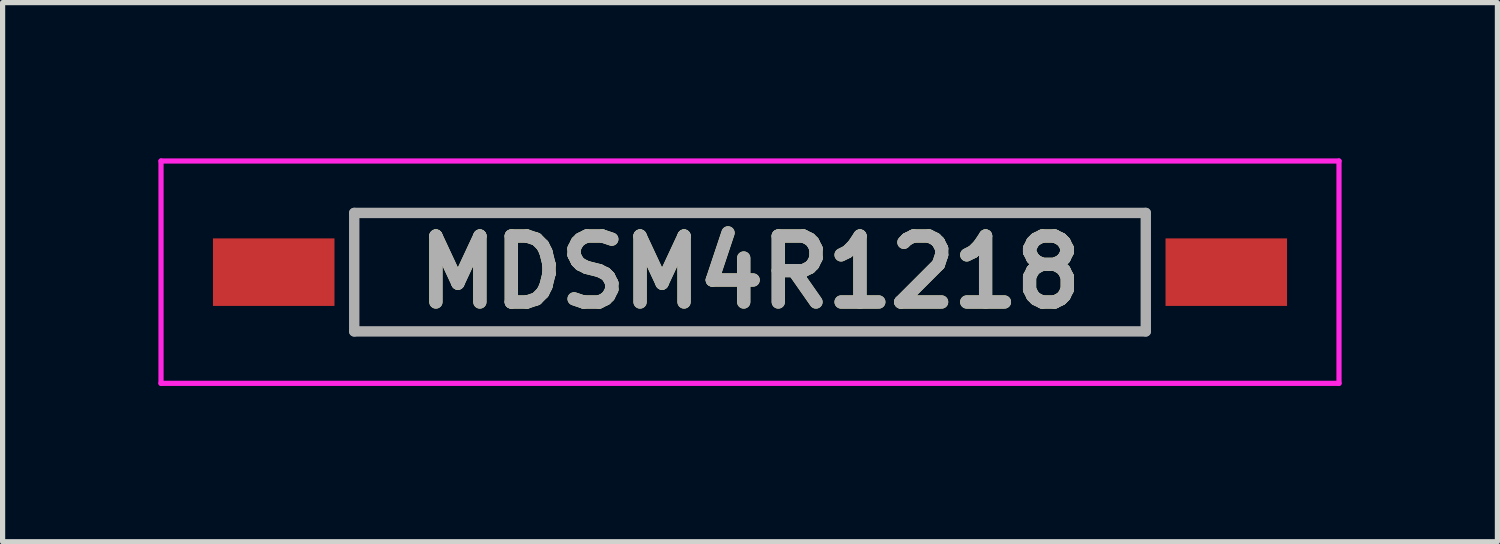
<source format=kicad_pcb>
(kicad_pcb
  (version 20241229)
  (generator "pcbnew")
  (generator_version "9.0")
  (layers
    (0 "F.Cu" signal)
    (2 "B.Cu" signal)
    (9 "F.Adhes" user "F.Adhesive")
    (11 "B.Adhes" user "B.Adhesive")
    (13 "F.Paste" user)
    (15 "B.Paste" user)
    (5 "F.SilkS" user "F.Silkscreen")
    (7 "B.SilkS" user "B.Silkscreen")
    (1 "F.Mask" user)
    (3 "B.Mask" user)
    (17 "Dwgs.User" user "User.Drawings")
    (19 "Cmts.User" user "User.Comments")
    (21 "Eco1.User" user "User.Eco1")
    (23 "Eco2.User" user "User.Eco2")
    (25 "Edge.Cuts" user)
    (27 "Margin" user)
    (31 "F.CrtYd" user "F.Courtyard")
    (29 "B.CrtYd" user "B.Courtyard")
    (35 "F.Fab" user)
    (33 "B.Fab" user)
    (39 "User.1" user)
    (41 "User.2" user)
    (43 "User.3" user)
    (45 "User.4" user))
  (footprint "MDSM4R1218"
    (layer "F.Cu")
    (at 11.39 2.19)
    (property "Reference" "MDSM4R1218" (at 0 0 0) (layer "F.SilkS") (effects (font (size 1.27 1.27) (thickness 0.254))))
    (attr smd)
    (fp_line (start -7.62 -1.14) (end 7.62 -1.14) (stroke (width 0.1) (type solid)) (layer "F.SilkS"))
    (fp_line (start -7.62 1.14) (end -7.62 -1.14) (stroke (width 0.1) (type solid)) (layer "F.SilkS"))
    (fp_line (start 7.62 -1.14) (end 7.62 1.14) (stroke (width 0.1) (type solid)) (layer "F.SilkS"))
    (fp_line (start 7.62 1.14) (end -7.62 1.14) (stroke (width 0.1) (type solid)) (layer "F.SilkS"))
    (fp_line (start -11.34 -2.14) (end 11.34 -2.14) (stroke (width 0.1) (type solid)) (layer "F.CrtYd"))
    (fp_line (start -11.34 2.14) (end -11.34 -2.14) (stroke (width 0.1) (type solid)) (layer "F.CrtYd"))
    (fp_line (start 11.34 -2.14) (end 11.34 2.14) (stroke (width 0.1) (type solid)) (layer "F.CrtYd"))
    (fp_line (start 11.34 2.14) (end -11.34 2.14) (stroke (width 0.1) (type solid)) (layer "F.CrtYd"))
    (fp_line (start -7.62 -1.14) (end 7.62 -1.14) (stroke (width 0.2) (type solid)) (layer "F.Fab"))
    (fp_line (start -7.62 1.14) (end -7.62 -1.14) (stroke (width 0.2) (type solid)) (layer "F.Fab"))
    (fp_line (start 7.62 -1.14) (end 7.62 1.14) (stroke (width 0.2) (type solid)) (layer "F.Fab"))
    (fp_line (start 7.62 1.14) (end -7.62 1.14) (stroke (width 0.2) (type solid)) (layer "F.Fab"))
    (fp_text user "${REFERENCE}" (at 0 0 0) (layer "F.Fab") (effects (font (size 1.27 1.27) (thickness 0.254))))
    (pad "1" smd rect (at -9.17 0 90) (size 1.3 2.34) (layers "F.Cu" "F.Mask" "F.Paste"))
    (pad "2" smd rect (at 9.17 0 90) (size 1.3 2.34) (layers "F.Cu" "F.Mask" "F.Paste")))
  (gr_rect
    (start -3 -3)
    (end 25.78 7.38)
    (stroke (width 0.1) (type default))
    (fill no)
    (layer "Edge.Cuts")))
</source>
